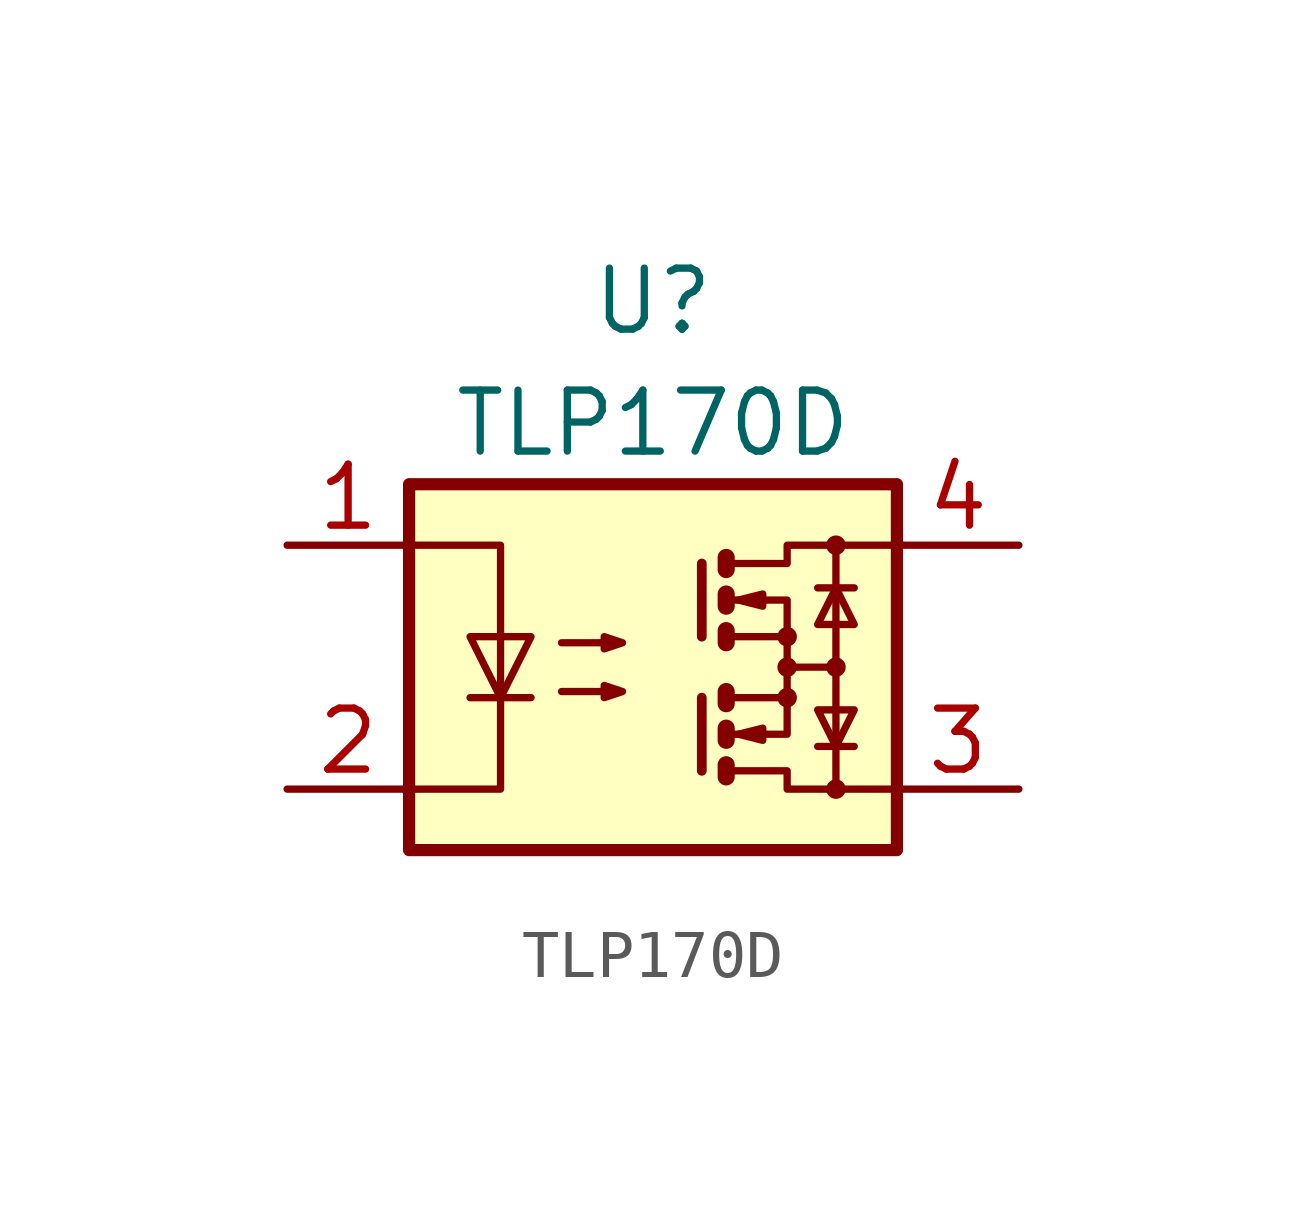
<source format=kicad_sym>
(kicad_symbol_lib
  (version 20211014)
  (generator kicad_symbol_editor)
  (symbol "TLP170D"
    (pin_names
      (offset 1.016))
    (property "Reference" "U"
      (at 0 7.62 0)
      (effects (font (size 1.27 1.27))))
    (property "Value" "TLP170D"
      (at 0 5.08 0)
      (effects (font (size 1.27 1.27))))
    (symbol "TLP170D_1_1"
      (rectangle (start -5.08 3.81) (end 5.08 -3.81) (stroke (width 0.254) (type default) (color 0 0 0 0)) (fill (type background)))
      (polyline (pts (xy -3.81 -0.635) (xy -2.54 -0.635)) (stroke (width 0) (type default) (color 0 0 0 0)) (fill (type none)))
      (polyline (pts (xy 1.016 -0.635) (xy 1.016 -2.159)) (stroke (width 0.203) (type default) (color 0 0 0 0)) (fill (type none)))
      (polyline (pts (xy 1.016 2.159) (xy 1.016 0.635)) (stroke (width 0.203) (type default) (color 0 0 0 0)) (fill (type none)))
      (polyline (pts (xy 1.524 -0.508) (xy 1.524 -0.762)) (stroke (width 0.356) (type default) (color 0 0 0 0)) (fill (type none)))
      (polyline (pts (xy 2.794 0) (xy 3.81 0)) (stroke (width 0) (type default) (color 0 0 0 0)) (fill (type none)))
      (polyline (pts (xy 3.429 -1.651) (xy 4.191 -1.651)) (stroke (width 0) (type default) (color 0 0 0 0)) (fill (type none)))
      (polyline (pts (xy 3.429 1.651) (xy 4.191 1.651)) (stroke (width 0) (type default) (color 0 0 0 0)) (fill (type none)))
      (polyline (pts (xy 3.81 -2.54) (xy 3.81 2.54)) (stroke (width 0) (type default) (color 0 0 0 0)) (fill (type none)))
      (polyline (pts (xy 1.524 -2.032) (xy 1.524 -2.286) (xy 1.524 -2.286)) (stroke (width 0.356) (type default) (color 0 0 0 0)) (fill (type none)))
      (polyline (pts (xy 1.524 -1.27) (xy 1.524 -1.524) (xy 1.524 -1.524)) (stroke (width 0.356) (type default) (color 0 0 0 0)) (fill (type none)))
      (polyline (pts (xy 1.524 0.762) (xy 1.524 0.508) (xy 1.524 0.508)) (stroke (width 0.356) (type default) (color 0 0 0 0)) (fill (type none)))
      (polyline (pts (xy 1.524 1.524) (xy 1.524 1.27) (xy 1.524 1.27)) (stroke (width 0.356) (type default) (color 0 0 0 0)) (fill (type none)))
      (polyline (pts (xy 1.524 2.286) (xy 1.524 2.032) (xy 1.524 2.032)) (stroke (width 0.356) (type default) (color 0 0 0 0)) (fill (type none)))
      (polyline (pts (xy 1.651 -1.397) (xy 2.794 -1.397) (xy 2.794 -0.635)) (stroke (width 0) (type default) (color 0 0 0 0)) (fill (type none)))
      (polyline (pts (xy 1.651 1.397) (xy 2.794 1.397) (xy 2.794 0.635)) (stroke (width 0) (type default) (color 0 0 0 0)) (fill (type none)))
      (polyline (pts (xy -5.08 2.54) (xy -3.175 2.54) (xy -3.175 -2.54) (xy -5.08 -2.54)) (stroke (width 0) (type default) (color 0 0 0 0)) (fill (type none)))
      (polyline (pts (xy -3.175 -0.635) (xy -3.81 0.635) (xy -2.54 0.635) (xy -3.175 -0.635)) (stroke (width 0) (type default) (color 0 0 0 0)) (fill (type none)))
      (polyline (pts (xy 1.651 -2.159) (xy 2.794 -2.159) (xy 2.794 -2.54) (xy 5.08 -2.54)) (stroke (width 0) (type default) (color 0 0 0 0)) (fill (type none)))
      (polyline (pts (xy 1.651 -0.635) (xy 2.794 -0.635) (xy 2.794 0.635) (xy 1.651 0.635)) (stroke (width 0) (type default) (color 0 0 0 0)) (fill (type none)))
      (polyline (pts (xy 1.651 2.159) (xy 2.794 2.159) (xy 2.794 2.54) (xy 5.08 2.54)) (stroke (width 0) (type default) (color 0 0 0 0)) (fill (type none)))
      (polyline (pts (xy 1.778 -1.397) (xy 2.286 -1.27) (xy 2.286 -1.524) (xy 1.778 -1.397)) (stroke (width 0) (type default) (color 0 0 0 0)) (fill (type none)))
      (polyline (pts (xy 1.778 1.397) (xy 2.286 1.524) (xy 2.286 1.27) (xy 1.778 1.397)) (stroke (width 0) (type default) (color 0 0 0 0)) (fill (type none)))
      (polyline (pts (xy 3.81 -1.651) (xy 3.429 -0.889) (xy 4.191 -0.889) (xy 3.81 -1.651)) (stroke (width 0) (type default) (color 0 0 0 0)) (fill (type none)))
      (polyline (pts (xy 3.81 1.651) (xy 3.429 0.889) (xy 4.191 0.889) (xy 3.81 1.651)) (stroke (width 0) (type default) (color 0 0 0 0)) (fill (type none)))
      (polyline (pts (xy -1.905 -0.508) (xy -0.635 -0.508) (xy -1.016 -0.635) (xy -1.016 -0.381) (xy -0.635 -0.508)) (stroke (width 0) (type default) (color 0 0 0 0)) (fill (type none)))
      (polyline (pts (xy -1.905 0.508) (xy -0.635 0.508) (xy -1.016 0.381) (xy -1.016 0.635) (xy -0.635 0.508)) (stroke (width 0) (type default) (color 0 0 0 0)) (fill (type none)))
      (circle (center 2.794 -0.635) (radius 0.127) (stroke (width 0) (type default) (color 0 0 0 0)) (fill (type none)))
      (circle (center 2.794 0) (radius 0.127) (stroke (width 0) (type default) (color 0 0 0 0)) (fill (type none)))
      (circle (center 2.794 0.635) (radius 0.127) (stroke (width 0) (type default) (color 0 0 0 0)) (fill (type none)))
      (circle (center 3.81 -2.54) (radius 0.127) (stroke (width 0) (type default) (color 0 0 0 0)) (fill (type none)))
      (circle (center 3.81 0) (radius 0.127) (stroke (width 0) (type default) (color 0 0 0 0)) (fill (type none)))
      (circle (center 3.81 2.54) (radius 0.127) (stroke (width 0) (type default) (color 0 0 0 0)) (fill (type none)))
      (pin passive line (at -7.62 2.54 0) (length 2.54) (name "~" (effects (font (size 1.27 1.27)))) (number "1" (effects (font (size 1.27 1.27)))))
      (pin passive line (at -7.62 -2.54 0) (length 2.54) (name "~" (effects (font (size 1.27 1.27)))) (number "2" (effects (font (size 1.27 1.27)))))
      (pin passive line (at 7.62 -2.54 180) (length 2.54) (name "~" (effects (font (size 1.27 1.27)))) (number "3" (effects (font (size 1.27 1.27)))))
      (pin passive line (at 7.62 2.54 180) (length 2.54) (name "~" (effects (font (size 1.27 1.27)))) (number "4" (effects (font (size 1.27 1.27))))))))
</source>
